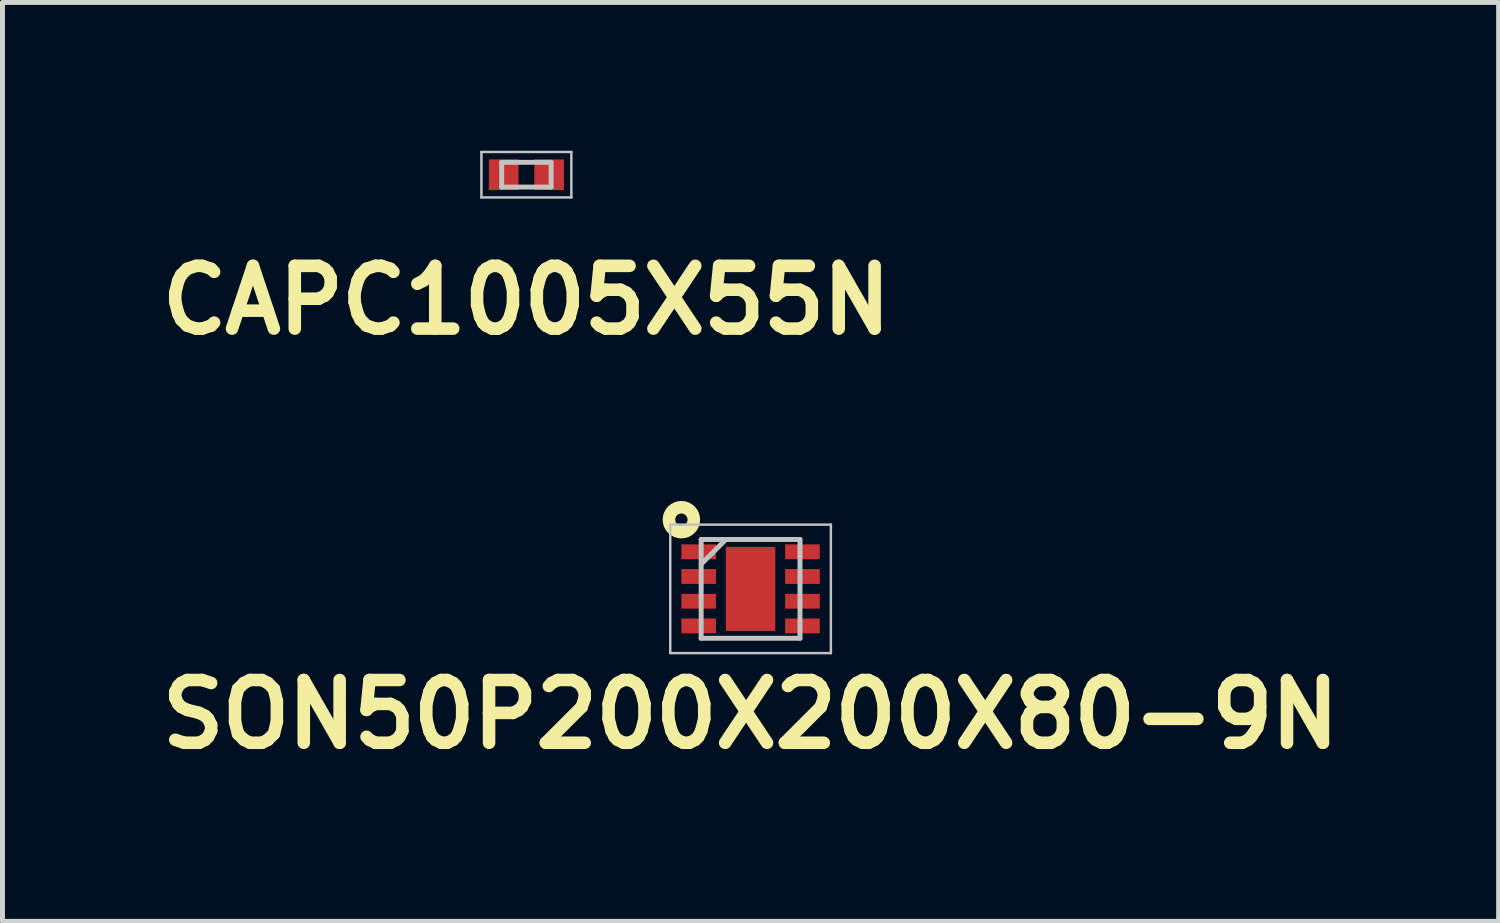
<source format=kicad_pcb>
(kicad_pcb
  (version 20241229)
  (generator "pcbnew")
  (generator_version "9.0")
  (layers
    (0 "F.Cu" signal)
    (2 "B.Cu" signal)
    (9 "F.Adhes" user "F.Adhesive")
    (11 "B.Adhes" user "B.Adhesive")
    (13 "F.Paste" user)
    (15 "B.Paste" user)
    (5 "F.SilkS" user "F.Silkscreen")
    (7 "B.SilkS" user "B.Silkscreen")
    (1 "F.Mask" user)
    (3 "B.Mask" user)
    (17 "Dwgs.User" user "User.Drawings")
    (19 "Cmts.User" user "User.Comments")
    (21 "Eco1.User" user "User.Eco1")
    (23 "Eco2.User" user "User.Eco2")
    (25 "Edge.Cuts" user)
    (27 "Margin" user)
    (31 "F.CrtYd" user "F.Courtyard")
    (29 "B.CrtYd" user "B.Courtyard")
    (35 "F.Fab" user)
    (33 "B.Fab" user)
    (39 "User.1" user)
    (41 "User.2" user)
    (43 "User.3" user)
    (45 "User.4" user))
  (footprint "CAPC1005X55N"
    (layer "F.Cu")
    (at 7.602 0.485)
    (property "Reference" "CAPC1005X55N" (at 0 2.54 0) (unlocked yes) (layer "F.SilkS") (effects (font (size 1.27 1.27) (thickness 0.254))))
    (attr smd)
    (fp_line (start -0.91 -0.46) (end 0.91 -0.46) (stroke (width 0.05) (type solid)) (layer "Dwgs.User"))
    (fp_line (start -0.91 0.46) (end -0.91 -0.46) (stroke (width 0.05) (type solid)) (layer "Dwgs.User"))
    (fp_line (start -0.5 -0.25) (end 0.5 -0.25) (stroke (width 0.1) (type solid)) (layer "Dwgs.User"))
    (fp_line (start -0.5 0.25) (end -0.5 -0.25) (stroke (width 0.1) (type solid)) (layer "Dwgs.User"))
    (fp_line (start 0.5 -0.25) (end 0.5 0.25) (stroke (width 0.1) (type solid)) (layer "Dwgs.User"))
    (fp_line (start 0.5 0.25) (end -0.5 0.25) (stroke (width 0.1) (type solid)) (layer "Dwgs.User"))
    (fp_line (start 0.91 -0.46) (end 0.91 0.46) (stroke (width 0.05) (type solid)) (layer "Dwgs.User"))
    (fp_line (start 0.91 0.46) (end -0.91 0.46) (stroke (width 0.05) (type solid)) (layer "Dwgs.User"))
    (pad "1" smd rect (at -0.46 0) (size 0.6 0.62) (layers "F.Cu" "F.Mask" "F.Paste"))
    (pad "2" smd rect (at 0.46 0) (size 0.6 0.62) (layers "F.Cu" "F.Mask" "F.Paste")))
  (footprint "SON50P200X200X80-9N"
    (layer "F.Cu")
    (at 12.138 8.866)
    (property "Reference" "SON50P200X200X80-9N" (at 0 2.54 0) (unlocked yes) (layer "F.SilkS") (effects (font (size 1.27 1.27) (thickness 0.254))))
    (attr smd)
    (fp_circle (center -1.4 -1.4) (end -1.275 -1.4) (stroke (width 0.254) (type solid)) (fill no) (layer "F.SilkS"))
    (fp_line (start -1.625 -1.3) (end 1.625 -1.3) (stroke (width 0.05) (type solid)) (layer "Dwgs.User"))
    (fp_line (start -1.625 1.3) (end -1.625 -1.3) (stroke (width 0.05) (type solid)) (layer "Dwgs.User"))
    (fp_line (start -1 -1) (end 1 -1) (stroke (width 0.1) (type solid)) (layer "Dwgs.User"))
    (fp_line (start -1 -0.5) (end -0.5 -1) (stroke (width 0.1) (type solid)) (layer "Dwgs.User"))
    (fp_line (start -1 1) (end -1 -1) (stroke (width 0.1) (type solid)) (layer "Dwgs.User"))
    (fp_line (start 1 -1) (end 1 1) (stroke (width 0.1) (type solid)) (layer "Dwgs.User"))
    (fp_line (start 1 1) (end -1 1) (stroke (width 0.1) (type solid)) (layer "Dwgs.User"))
    (fp_line (start 1.625 -1.3) (end 1.625 1.3) (stroke (width 0.05) (type solid)) (layer "Dwgs.User"))
    (fp_line (start 1.625 1.3) (end -1.625 1.3) (stroke (width 0.05) (type solid)) (layer "Dwgs.User"))
    (pad "1" smd rect (at -1.05 -0.75 90) (size 0.3 0.7) (layers "F.Cu" "F.Mask" "F.Paste"))
    (pad "2" smd rect (at -1.05 -0.25 90) (size 0.3 0.7) (layers "F.Cu" "F.Mask" "F.Paste"))
    (pad "3" smd rect (at -1.05 0.25 90) (size 0.3 0.7) (layers "F.Cu" "F.Mask" "F.Paste"))
    (pad "4" smd rect (at -1.05 0.75 90) (size 0.3 0.7) (layers "F.Cu" "F.Mask" "F.Paste"))
    (pad "5" smd rect (at 1.05 0.75 90) (size 0.3 0.7) (layers "F.Cu" "F.Mask" "F.Paste"))
    (pad "6" smd rect (at 1.05 0.25 90) (size 0.3 0.7) (layers "F.Cu" "F.Mask" "F.Paste"))
    (pad "7" smd rect (at 1.05 -0.25 90) (size 0.3 0.7) (layers "F.Cu" "F.Mask" "F.Paste"))
    (pad "8" smd rect (at 1.05 -0.75 90) (size 0.3 0.7) (layers "F.Cu" "F.Mask" "F.Paste"))
    (pad "9" smd rect (at 0 0) (size 1 1.7) (layers "F.Cu" "F.Mask" "F.Paste")))
  (gr_rect
    (start -3 -3)
    (end 27.275 15.594)
    (stroke (width 0.1) (type default))
    (fill no)
    (layer "Edge.Cuts")))
</source>
